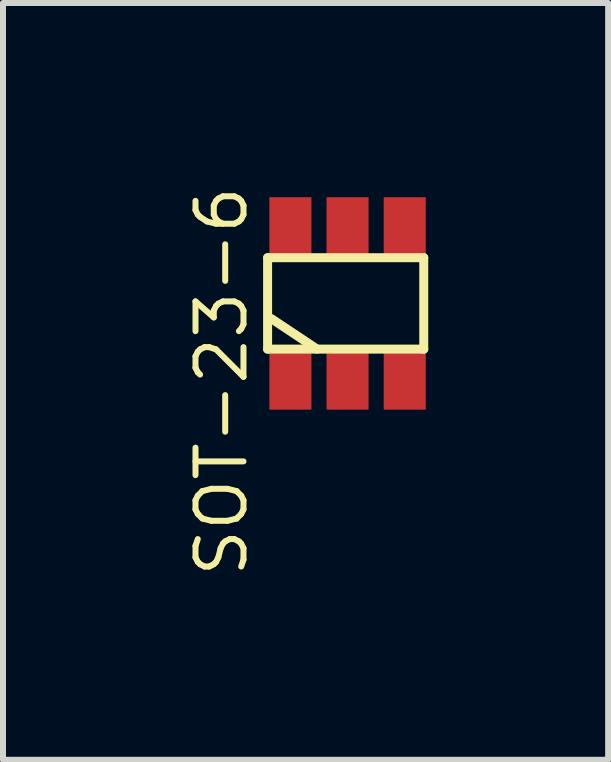
<source format=kicad_pcb>
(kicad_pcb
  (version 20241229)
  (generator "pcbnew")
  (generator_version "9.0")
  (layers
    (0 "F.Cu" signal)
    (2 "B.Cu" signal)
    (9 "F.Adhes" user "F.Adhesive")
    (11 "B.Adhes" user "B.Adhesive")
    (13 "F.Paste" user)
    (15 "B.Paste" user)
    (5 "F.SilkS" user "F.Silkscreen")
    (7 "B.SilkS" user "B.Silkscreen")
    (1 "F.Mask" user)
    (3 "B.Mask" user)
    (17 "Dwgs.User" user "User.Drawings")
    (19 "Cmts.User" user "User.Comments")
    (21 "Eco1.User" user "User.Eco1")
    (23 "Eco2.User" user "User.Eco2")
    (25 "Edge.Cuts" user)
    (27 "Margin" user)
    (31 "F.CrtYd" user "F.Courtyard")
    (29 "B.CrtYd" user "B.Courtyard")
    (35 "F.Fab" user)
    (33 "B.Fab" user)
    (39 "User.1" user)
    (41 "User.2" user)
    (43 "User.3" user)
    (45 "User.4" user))
  (footprint "SOT-23-6"
    (layer "F.Cu")
    (at 2.744 2.008)
    (property "Reference" "SOT-23-6" (at -2.1 1.3 270) (layer "F.SilkS") (effects (font (size 0.8 0.8) (thickness 0.1))))
    (attr through_hole)
    (fp_line (start -1.333 -0.762) (end 1.27 -0.762) (stroke (width 0.15) (type solid)) (layer "F.SilkS"))
    (fp_line (start -1.333 0.762) (end -1.333 -0.762) (stroke (width 0.15) (type solid)) (layer "F.SilkS"))
    (fp_line (start -0.508 0.762) (end -1.27 0.254) (stroke (width 0.15) (type solid)) (layer "F.SilkS"))
    (fp_line (start 1.27 -0.762) (end 1.27 0.762) (stroke (width 0.15) (type solid)) (layer "F.SilkS"))
    (fp_line (start 1.27 0.762) (end -1.333 0.762) (stroke (width 0.15) (type solid)) (layer "F.SilkS"))
    (pad "1" smd rect (at -0.953 1.27) (size 0.701 1.001) (layers "F.Cu" "F.Mask" "F.Paste"))
    (pad "2" smd rect (at 0 1.27) (size 0.701 1.001) (layers "F.Cu" "F.Mask" "F.Paste"))
    (pad "3" smd rect (at 0.953 1.27) (size 0.701 1.001) (layers "F.Cu" "F.Mask" "F.Paste"))
    (pad "4" smd rect (at 0.953 -1.27) (size 0.701 1.001) (layers "F.Cu" "F.Mask" "F.Paste"))
    (pad "5" smd rect (at 0 -1.27) (size 0.701 1.001) (layers "F.Cu" "F.Mask" "F.Paste"))
    (pad "6" smd rect (at -0.953 -1.27) (size 0.701 1.001) (layers "F.Cu" "F.Mask" "F.Paste")))
  (gr_rect
    (start -3 -3)
    (end 7.088 9.616)
    (stroke (width 0.1) (type default))
    (fill no)
    (layer "Edge.Cuts")))
</source>
